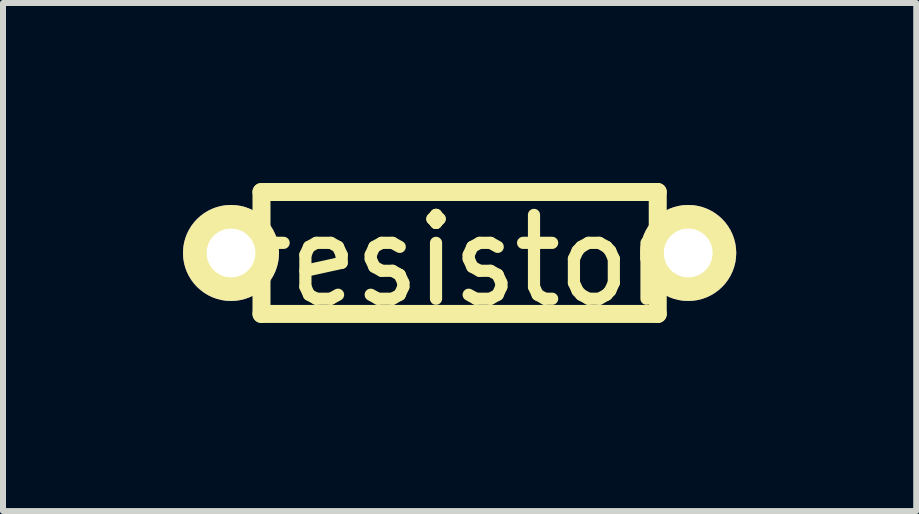
<source format=kicad_pcb>
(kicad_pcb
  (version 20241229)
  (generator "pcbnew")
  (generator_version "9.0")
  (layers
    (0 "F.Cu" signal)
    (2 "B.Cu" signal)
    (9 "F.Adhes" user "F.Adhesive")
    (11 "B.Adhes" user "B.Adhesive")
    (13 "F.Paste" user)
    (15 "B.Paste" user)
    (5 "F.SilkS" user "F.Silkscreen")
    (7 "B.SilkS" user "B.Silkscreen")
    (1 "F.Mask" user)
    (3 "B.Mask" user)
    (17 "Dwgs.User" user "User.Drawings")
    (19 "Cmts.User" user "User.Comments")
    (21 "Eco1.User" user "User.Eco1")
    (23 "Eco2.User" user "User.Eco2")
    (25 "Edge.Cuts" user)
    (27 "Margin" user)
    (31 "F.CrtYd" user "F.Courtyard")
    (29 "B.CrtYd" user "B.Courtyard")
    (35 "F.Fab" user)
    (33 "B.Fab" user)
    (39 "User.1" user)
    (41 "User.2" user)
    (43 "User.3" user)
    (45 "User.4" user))
  (footprint "resistor"
    (layer "F.Cu")
    (at 4.61 1.166)
    (property "Reference" "resistor" (at 0 0.127 0) (layer "F.SilkS") (effects (font (size 1.397 1.27) (thickness 0.203))))
    (attr through_hole)
    (fp_line (start -3.81 0) (end -3.302 0) (stroke (width 0.3) (type solid)) (layer "F.SilkS"))
    (fp_line (start -3.302 -1.016) (end -3.302 1.016) (stroke (width 0.3) (type solid)) (layer "F.SilkS"))
    (fp_line (start -3.302 1.016) (end 3.302 1.016) (stroke (width 0.3) (type solid)) (layer "F.SilkS"))
    (fp_line (start 3.302 -1.016) (end -3.302 -1.016) (stroke (width 0.3) (type solid)) (layer "F.SilkS"))
    (fp_line (start 3.302 0) (end 3.302 -1.016) (stroke (width 0.3) (type solid)) (layer "F.SilkS"))
    (fp_line (start 3.302 1.016) (end 3.302 0) (stroke (width 0.3) (type solid)) (layer "F.SilkS"))
    (fp_line (start 3.81 0) (end 3.302 0) (stroke (width 0.3) (type solid)) (layer "F.SilkS"))
    (pad "1" thru_hole circle (at -3.81 0) (size 1.6 1.6) (drill 0.813) (layers "*.Cu" "*.Mask" "F.SilkS"))
    (pad "2" thru_hole circle (at 3.81 0) (size 1.6 1.6) (drill 0.813) (layers "*.Cu" "*.Mask" "F.SilkS")))
  (gr_rect
    (start -3 -3)
    (end 12.22 5.467)
    (stroke (width 0.1) (type default))
    (fill no)
    (layer "Edge.Cuts")))
</source>
